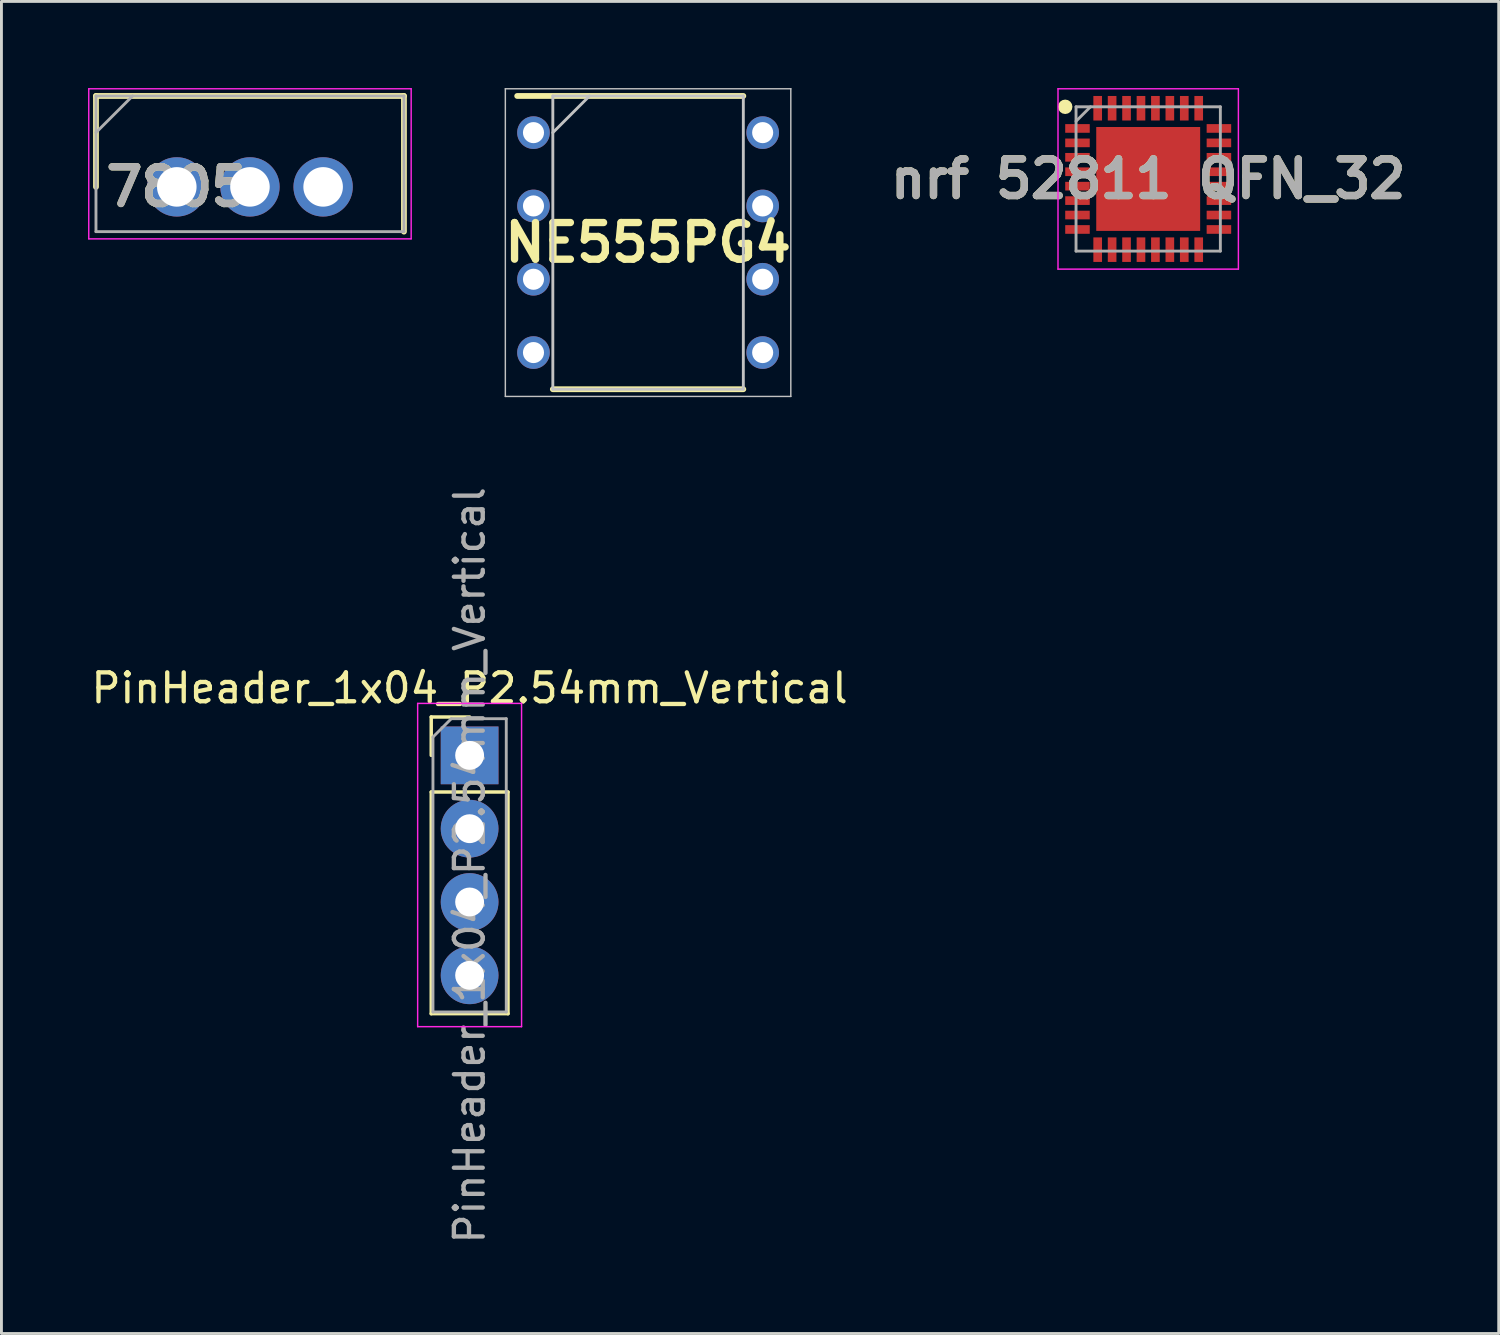
<source format=kicad_pcb>
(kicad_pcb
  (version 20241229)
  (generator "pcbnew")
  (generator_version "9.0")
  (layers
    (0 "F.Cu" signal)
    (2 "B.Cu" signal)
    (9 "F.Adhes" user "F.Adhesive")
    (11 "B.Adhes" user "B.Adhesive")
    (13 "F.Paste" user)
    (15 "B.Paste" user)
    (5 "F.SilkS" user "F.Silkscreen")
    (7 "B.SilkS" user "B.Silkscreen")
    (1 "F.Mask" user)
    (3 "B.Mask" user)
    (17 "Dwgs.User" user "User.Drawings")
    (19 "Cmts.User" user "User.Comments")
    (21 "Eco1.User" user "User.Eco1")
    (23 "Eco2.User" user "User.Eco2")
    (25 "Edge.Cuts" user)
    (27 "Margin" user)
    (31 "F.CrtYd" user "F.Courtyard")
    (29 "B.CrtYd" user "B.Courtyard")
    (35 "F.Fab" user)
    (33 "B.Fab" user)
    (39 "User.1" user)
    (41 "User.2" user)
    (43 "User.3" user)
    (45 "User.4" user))
  (footprint "PinHeader_1x04_P2.54mm_Vertical"
    (layer "F.Cu")
    (at 13.22 23.12)
    (property "Reference" "PinHeader_1x04_P2.54mm_Vertical" (at 0 -2.33 0) (layer "F.SilkS") (effects (font (size 1 1) (thickness 0.15))))
    (attr through_hole)
    (fp_line (start -1.33 -1.33) (end 0 -1.33) (stroke (width 0.12) (type solid)) (layer "F.SilkS"))
    (fp_line (start -1.33 0) (end -1.33 -1.33) (stroke (width 0.12) (type solid)) (layer "F.SilkS"))
    (fp_line (start -1.33 1.27) (end -1.33 8.95) (stroke (width 0.12) (type solid)) (layer "F.SilkS"))
    (fp_line (start -1.33 1.27) (end 1.33 1.27) (stroke (width 0.12) (type solid)) (layer "F.SilkS"))
    (fp_line (start -1.33 8.95) (end 1.33 8.95) (stroke (width 0.12) (type solid)) (layer "F.SilkS"))
    (fp_line (start 1.33 1.27) (end 1.33 8.95) (stroke (width 0.12) (type solid)) (layer "F.SilkS"))
    (fp_line (start -1.8 -1.8) (end -1.8 9.4) (stroke (width 0.05) (type solid)) (layer "F.CrtYd"))
    (fp_line (start -1.8 9.4) (end 1.8 9.4) (stroke (width 0.05) (type solid)) (layer "F.CrtYd"))
    (fp_line (start 1.8 -1.8) (end -1.8 -1.8) (stroke (width 0.05) (type solid)) (layer "F.CrtYd"))
    (fp_line (start 1.8 9.4) (end 1.8 -1.8) (stroke (width 0.05) (type solid)) (layer "F.CrtYd"))
    (fp_line (start -1.27 -0.635) (end -0.635 -1.27) (stroke (width 0.1) (type solid)) (layer "F.Fab"))
    (fp_line (start -1.27 8.89) (end -1.27 -0.635) (stroke (width 0.1) (type solid)) (layer "F.Fab"))
    (fp_line (start -0.635 -1.27) (end 1.27 -1.27) (stroke (width 0.1) (type solid)) (layer "F.Fab"))
    (fp_line (start 1.27 -1.27) (end 1.27 8.89) (stroke (width 0.1) (type solid)) (layer "F.Fab"))
    (fp_line (start 1.27 8.89) (end -1.27 8.89) (stroke (width 0.1) (type solid)) (layer "F.Fab"))
    (fp_text user "${REFERENCE}" (at 0 3.81 90) (layer "F.Fab") (effects (font (size 1 1) (thickness 0.15))))
    (pad "1" thru_hole rect (at 0 0) (size 2 2) (drill 1) (layers "*.Cu" "*.Mask"))
    (pad "2" thru_hole oval (at 0 2.54) (size 2 2) (drill 1) (layers "*.Cu" "*.Mask"))
    (pad "3" thru_hole circle (at 0 5.08) (size 2 2) (drill 1) (layers "*.Cu" "*.Mask"))
    (pad "4" thru_hole circle (at 0 7.62) (size 2 2) (drill 1) (layers "*.Cu" "*.Mask")))
  (footprint "7805"
    (layer "F.Cu")
    (at 3.075 3.425)
    (property "Reference" "7805" (at 0 0 0) (layer "F.SilkS") (effects (font (size 1.27 1.27) (thickness 0.254))))
    (attr through_hole)
    (fp_line (start -2.8 -3.15) (end -2.8 0) (stroke (width 0.2) (type solid)) (layer "F.SilkS"))
    (fp_line (start 7.87 -3.15) (end -2.8 -3.15) (stroke (width 0.2) (type solid)) (layer "F.SilkS"))
    (fp_line (start 7.87 1.55) (end 7.87 -3.15) (stroke (width 0.2) (type solid)) (layer "F.SilkS"))
    (fp_line (start -3.05 -3.4) (end 8.12 -3.4) (stroke (width 0.05) (type solid)) (layer "F.CrtYd"))
    (fp_line (start -3.05 1.8) (end -3.05 -3.4) (stroke (width 0.05) (type solid)) (layer "F.CrtYd"))
    (fp_line (start 8.12 -3.4) (end 8.12 1.8) (stroke (width 0.05) (type solid)) (layer "F.CrtYd"))
    (fp_line (start 8.12 1.8) (end -3.05 1.8) (stroke (width 0.05) (type solid)) (layer "F.CrtYd"))
    (fp_line (start -2.8 -3.15) (end 7.87 -3.15) (stroke (width 0.1) (type solid)) (layer "F.Fab"))
    (fp_line (start -2.8 -1.882) (end -1.532 -3.15) (stroke (width 0.1) (type solid)) (layer "F.Fab"))
    (fp_line (start -2.8 1.55) (end -2.8 -3.15) (stroke (width 0.1) (type solid)) (layer "F.Fab"))
    (fp_line (start 7.87 -3.15) (end 7.87 1.55) (stroke (width 0.1) (type solid)) (layer "F.Fab"))
    (fp_line (start 7.87 1.55) (end -2.8 1.55) (stroke (width 0.1) (type solid)) (layer "F.Fab"))
    (fp_text user "${REFERENCE}" (at 0 0 0) (layer "F.Fab") (effects (font (size 1.27 1.27) (thickness 0.254))))
    (pad "1" thru_hole circle (at 0 0) (size 2.055 2.055) (drill 1.37) (layers "*.Cu" "*.Mask"))
    (pad "2" thru_hole circle (at 2.535 0) (size 2.055 2.055) (drill 1.37) (layers "*.Cu" "*.Mask"))
    (pad "3" thru_hole circle (at 5.07 0) (size 2.055 2.055) (drill 1.37) (layers "*.Cu" "*.Mask")))
  (footprint "nrf 52811 QFN_32"
    (layer "F.Cu")
    (at 36.73 3.15)
    (property "Reference" "nrf 52811 QFN_32" (at 0 0 0) (layer "F.SilkS") (effects (font (size 1.27 1.27) (thickness 0.254))))
    (attr smd)
    (fp_circle (center -2.875 -2.5) (end -2.875 -2.375) (stroke (width 0.25) (type solid)) (fill no) (layer "F.SilkS"))
    (fp_line (start -3.125 -3.125) (end 3.125 -3.125) (stroke (width 0.05) (type solid)) (layer "F.CrtYd"))
    (fp_line (start -3.125 3.125) (end -3.125 -3.125) (stroke (width 0.05) (type solid)) (layer "F.CrtYd"))
    (fp_line (start 3.125 -3.125) (end 3.125 3.125) (stroke (width 0.05) (type solid)) (layer "F.CrtYd"))
    (fp_line (start 3.125 3.125) (end -3.125 3.125) (stroke (width 0.05) (type solid)) (layer "F.CrtYd"))
    (fp_line (start -2.5 -2.5) (end 2.5 -2.5) (stroke (width 0.1) (type solid)) (layer "F.Fab"))
    (fp_line (start -2.5 -2) (end -2 -2.5) (stroke (width 0.1) (type solid)) (layer "F.Fab"))
    (fp_line (start -2.5 2.5) (end -2.5 -2.5) (stroke (width 0.1) (type solid)) (layer "F.Fab"))
    (fp_line (start 2.5 -2.5) (end 2.5 2.5) (stroke (width 0.1) (type solid)) (layer "F.Fab"))
    (fp_line (start 2.5 2.5) (end -2.5 2.5) (stroke (width 0.1) (type solid)) (layer "F.Fab"))
    (fp_text user "${REFERENCE}" (at 0 0 0) (layer "F.Fab") (effects (font (size 1.27 1.27) (thickness 0.254))))
    (pad "1" smd rect (at -2.45 -1.75 90) (size 0.3 0.85) (layers "F.Cu" "F.Mask" "F.Paste"))
    (pad "2" smd rect (at -2.45 -1.25 90) (size 0.3 0.85) (layers "F.Cu" "F.Mask" "F.Paste"))
    (pad "3" smd rect (at -2.45 -0.75 90) (size 0.3 0.85) (layers "F.Cu" "F.Mask" "F.Paste"))
    (pad "4" smd rect (at -2.45 -0.25 90) (size 0.3 0.85) (layers "F.Cu" "F.Mask" "F.Paste"))
    (pad "5" smd rect (at -2.45 0.25 90) (size 0.3 0.85) (layers "F.Cu" "F.Mask" "F.Paste"))
    (pad "6" smd rect (at -2.45 0.75 90) (size 0.3 0.85) (layers "F.Cu" "F.Mask" "F.Paste"))
    (pad "7" smd rect (at -2.45 1.25 90) (size 0.3 0.85) (layers "F.Cu" "F.Mask" "F.Paste"))
    (pad "8" smd rect (at -2.45 1.75 90) (size 0.3 0.85) (layers "F.Cu" "F.Mask" "F.Paste"))
    (pad "9" smd rect (at -1.75 2.45) (size 0.3 0.85) (layers "F.Cu" "F.Mask" "F.Paste"))
    (pad "10" smd rect (at -1.25 2.45) (size 0.3 0.85) (layers "F.Cu" "F.Mask" "F.Paste"))
    (pad "11" smd rect (at -0.75 2.45) (size 0.3 0.85) (layers "F.Cu" "F.Mask" "F.Paste"))
    (pad "12" smd rect (at -0.25 2.45) (size 0.3 0.85) (layers "F.Cu" "F.Mask" "F.Paste"))
    (pad "13" smd rect (at 0.25 2.45) (size 0.3 0.85) (layers "F.Cu" "F.Mask" "F.Paste"))
    (pad "14" smd rect (at 0.75 2.45) (size 0.3 0.85) (layers "F.Cu" "F.Mask" "F.Paste"))
    (pad "15" smd rect (at 1.25 2.45) (size 0.3 0.85) (layers "F.Cu" "F.Mask" "F.Paste"))
    (pad "16" smd rect (at 1.75 2.45) (size 0.3 0.85) (layers "F.Cu" "F.Mask" "F.Paste"))
    (pad "17" smd rect (at 2.45 1.75 90) (size 0.3 0.85) (layers "F.Cu" "F.Mask" "F.Paste"))
    (pad "18" smd rect (at 2.45 1.25 90) (size 0.3 0.85) (layers "F.Cu" "F.Mask" "F.Paste"))
    (pad "19" smd rect (at 2.45 0.75 90) (size 0.3 0.85) (layers "F.Cu" "F.Mask" "F.Paste"))
    (pad "20" smd rect (at 2.45 0.25 90) (size 0.3 0.85) (layers "F.Cu" "F.Mask" "F.Paste"))
    (pad "21" smd rect (at 2.45 -0.25 90) (size 0.3 0.85) (layers "F.Cu" "F.Mask" "F.Paste"))
    (pad "22" smd rect (at 2.45 -0.75 90) (size 0.3 0.85) (layers "F.Cu" "F.Mask" "F.Paste"))
    (pad "23" smd rect (at 2.45 -1.25 90) (size 0.3 0.85) (layers "F.Cu" "F.Mask" "F.Paste"))
    (pad "24" smd rect (at 2.45 -1.75 90) (size 0.3 0.85) (layers "F.Cu" "F.Mask" "F.Paste"))
    (pad "25" smd rect (at 1.75 -2.45) (size 0.3 0.85) (layers "F.Cu" "F.Mask" "F.Paste"))
    (pad "26" smd rect (at 1.25 -2.45) (size 0.3 0.85) (layers "F.Cu" "F.Mask" "F.Paste"))
    (pad "27" smd rect (at 0.75 -2.45) (size 0.3 0.85) (layers "F.Cu" "F.Mask" "F.Paste"))
    (pad "28" smd rect (at 0.25 -2.45) (size 0.3 0.85) (layers "F.Cu" "F.Mask" "F.Paste"))
    (pad "29" smd rect (at -0.25 -2.45) (size 0.3 0.85) (layers "F.Cu" "F.Mask" "F.Paste"))
    (pad "30" smd rect (at -0.75 -2.45) (size 0.3 0.85) (layers "F.Cu" "F.Mask" "F.Paste"))
    (pad "31" smd rect (at -1.25 -2.45) (size 0.3 0.85) (layers "F.Cu" "F.Mask" "F.Paste"))
    (pad "32" smd rect (at -1.75 -2.45) (size 0.3 0.85) (layers "F.Cu" "F.Mask" "F.Paste"))
    (pad "33" smd rect (at 0 0) (size 3.6 3.6) (layers "F.Cu" "F.Mask" "F.Paste")))
  (footprint "NE555PG4"
    (layer "F.Cu")
    (at 19.403 5.355)
    (property "Reference" "NE555PG4" (at 0 0 0) (layer "F.SilkS") (effects (font (size 1.27 1.27) (thickness 0.254))))
    (attr through_hole)
    (fp_line (start -4.535 -5.08) (end 3.3 -5.08) (stroke (width 0.2) (type solid)) (layer "F.SilkS"))
    (fp_line (start -3.3 5.08) (end 3.3 5.08) (stroke (width 0.2) (type solid)) (layer "F.SilkS"))
    (fp_line (start -4.945 -5.33) (end 4.945 -5.33) (stroke (width 0.05) (type solid)) (layer "Dwgs.User"))
    (fp_line (start -4.945 5.33) (end -4.945 -5.33) (stroke (width 0.05) (type solid)) (layer "Dwgs.User"))
    (fp_line (start -3.3 -5.08) (end 3.3 -5.08) (stroke (width 0.1) (type solid)) (layer "Dwgs.User"))
    (fp_line (start -3.3 -3.81) (end -2.03 -5.08) (stroke (width 0.1) (type solid)) (layer "Dwgs.User"))
    (fp_line (start -3.3 5.08) (end -3.3 -5.08) (stroke (width 0.1) (type solid)) (layer "Dwgs.User"))
    (fp_line (start 3.3 -5.08) (end 3.3 5.08) (stroke (width 0.1) (type solid)) (layer "Dwgs.User"))
    (fp_line (start 3.3 5.08) (end -3.3 5.08) (stroke (width 0.1) (type solid)) (layer "Dwgs.User"))
    (fp_line (start 4.945 -5.33) (end 4.945 5.33) (stroke (width 0.05) (type solid)) (layer "Dwgs.User"))
    (fp_line (start 4.945 5.33) (end -4.945 5.33) (stroke (width 0.05) (type solid)) (layer "Dwgs.User"))
    (pad "1" thru_hole circle (at -3.97 -3.81) (size 1.13 1.13) (drill 0.73) (layers "*.Cu" "*.Mask"))
    (pad "2" thru_hole circle (at -3.97 -1.27) (size 1.13 1.13) (drill 0.73) (layers "*.Cu" "*.Mask"))
    (pad "3" thru_hole circle (at -3.97 1.27) (size 1.13 1.13) (drill 0.73) (layers "*.Cu" "*.Mask"))
    (pad "4" thru_hole circle (at -3.97 3.81) (size 1.13 1.13) (drill 0.73) (layers "*.Cu" "*.Mask"))
    (pad "5" thru_hole circle (at 3.97 3.81) (size 1.13 1.13) (drill 0.73) (layers "*.Cu" "*.Mask"))
    (pad "6" thru_hole circle (at 3.97 1.27) (size 1.13 1.13) (drill 0.73) (layers "*.Cu" "*.Mask"))
    (pad "7" thru_hole circle (at 3.97 -1.27) (size 1.13 1.13) (drill 0.73) (layers "*.Cu" "*.Mask"))
    (pad "8" thru_hole circle (at 3.97 -3.81) (size 1.13 1.13) (drill 0.73) (layers "*.Cu" "*.Mask")))
  (gr_rect
    (start -3 -3)
    (end 48.874 43.15)
    (stroke (width 0.1) (type default))
    (fill no)
    (layer "Edge.Cuts")))
</source>
